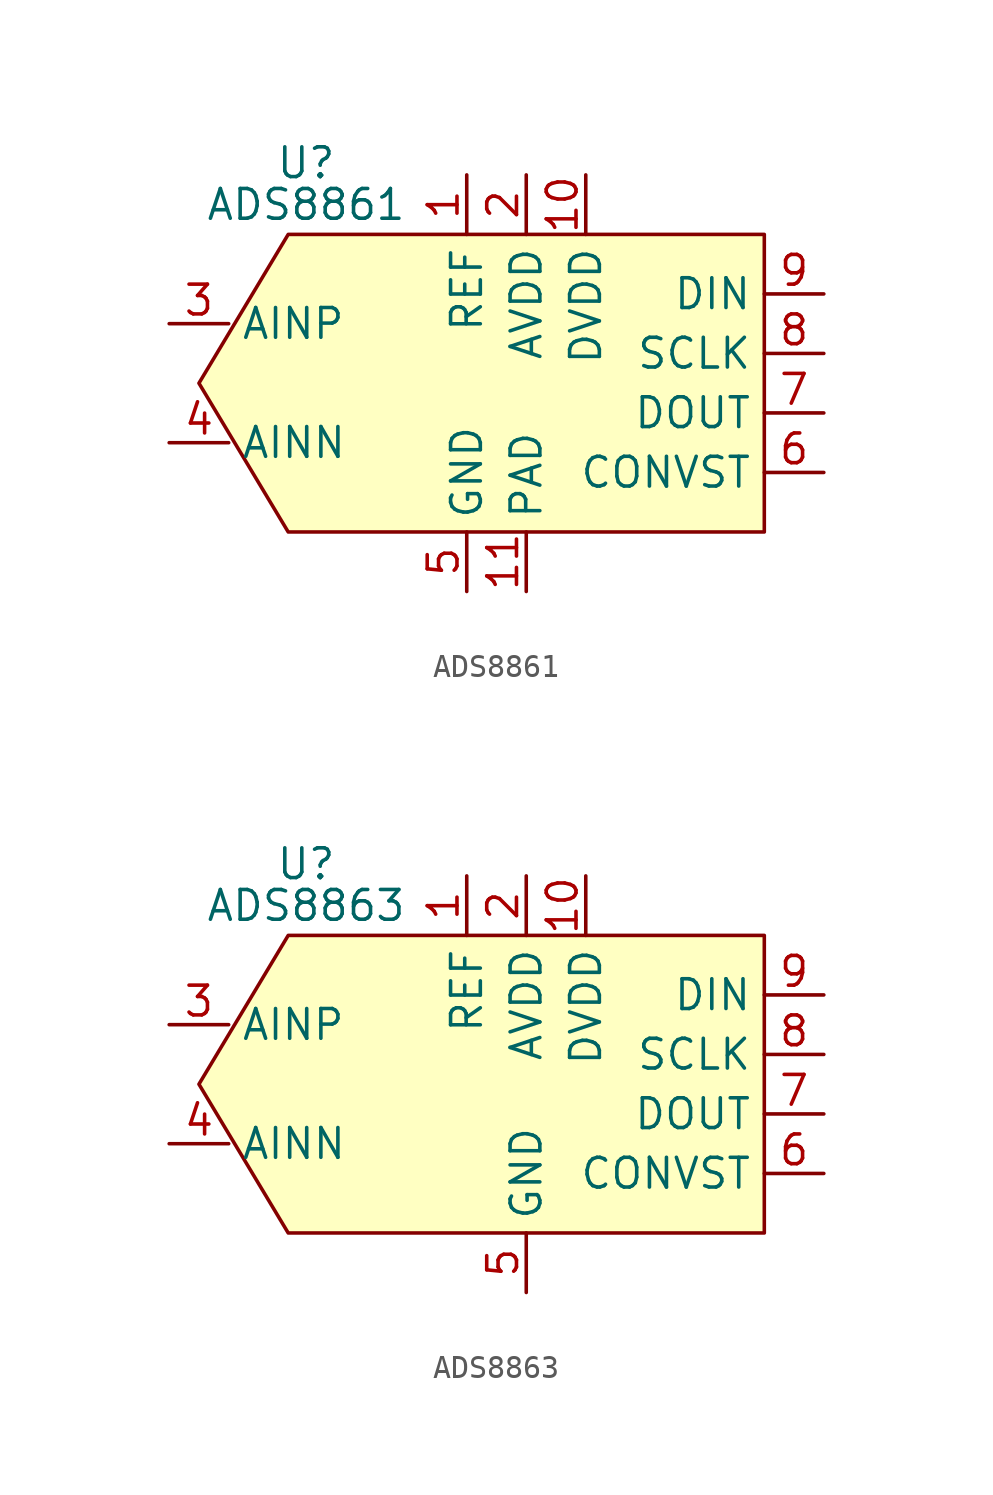
<source format=kicad_sym>
(kicad_symbol_lib
  (version 20231120)
  (generator "kicad_symbol_editor")
  (generator_version "8.0")
  (symbol "ADS8861"
    (property "Reference" "U"
      (at -1.778 9.398 0)
      (effects (font (size 1.27 1.27))))
    (property "Value" "ADS8861"
      (at -1.778 7.62 0)
      (effects (font (size 1.27 1.27))))
    (symbol "ADS8861_0_1"
      (polyline (pts (xy -6.35 0) (xy -2.54 6.35) (xy 17.78 6.35) (xy 17.78 -6.35) (xy -2.54 -6.35) (xy -6.35 0)) (stroke (width 0) (type default)) (fill (type background))))
    (symbol "ADS8861_1_1"
      (pin passive line (at 5.08 8.89 270) (length 2.54) (name "REF" (effects (font (size 1.27 1.27)))) (number "1" (effects (font (size 1.27 1.27)))))
      (pin input line (at 10.16 8.89 270) (length 2.54) (name "DVDD" (effects (font (size 1.27 1.27)))) (number "10" (effects (font (size 1.27 1.27)))))
      (pin power_in line (at 7.62 -8.89 90) (length 2.54) (name "PAD" (effects (font (size 1.27 1.27)))) (number "11" (effects (font (size 1.27 1.27)))))
      (pin power_in line (at 7.62 8.89 270) (length 2.54) (name "AVDD" (effects (font (size 1.27 1.27)))) (number "2" (effects (font (size 1.27 1.27)))))
      (pin input line (at -7.62 2.54 0) (length 2.54) (name "AINP" (effects (font (size 1.27 1.27)))) (number "3" (effects (font (size 1.27 1.27)))))
      (pin input line (at -7.62 -2.54 0) (length 2.54) (name "AINN" (effects (font (size 1.27 1.27)))) (number "4" (effects (font (size 1.27 1.27)))))
      (pin power_in line (at 5.08 -8.89 90) (length 2.54) (name "GND" (effects (font (size 1.27 1.27)))) (number "5" (effects (font (size 1.27 1.27)))))
      (pin input line (at 20.32 -3.81 180) (length 2.54) (name "CONVST" (effects (font (size 1.27 1.27)))) (number "6" (effects (font (size 1.27 1.27)))))
      (pin output line (at 20.32 -1.27 180) (length 2.54) (name "DOUT" (effects (font (size 1.27 1.27)))) (number "7" (effects (font (size 1.27 1.27)))))
      (pin input line (at 20.32 1.27 180) (length 2.54) (name "SCLK" (effects (font (size 1.27 1.27)))) (number "8" (effects (font (size 1.27 1.27)))))
      (pin input line (at 20.32 3.81 180) (length 2.54) (name "DIN" (effects (font (size 1.27 1.27)))) (number "9" (effects (font (size 1.27 1.27)))))))
  (symbol "ADS8863"
    (property "Reference" "U"
      (at -9.398 9.398 0)
      (effects (font (size 1.27 1.27))))
    (property "Value" "ADS8863"
      (at -9.398 7.62 0)
      (effects (font (size 1.27 1.27))))
    (symbol "ADS8863_0_1"
      (polyline (pts (xy -13.97 0) (xy -10.16 6.35) (xy 10.16 6.35) (xy 10.16 -6.35) (xy -10.16 -6.35) (xy -13.97 0)) (stroke (width 0) (type default)) (fill (type background))))
    (symbol "ADS8863_1_1"
      (pin passive line (at -2.54 8.89 270) (length 2.54) (name "REF" (effects (font (size 1.27 1.27)))) (number "1" (effects (font (size 1.27 1.27)))))
      (pin input line (at 2.54 8.89 270) (length 2.54) (name "DVDD" (effects (font (size 1.27 1.27)))) (number "10" (effects (font (size 1.27 1.27)))))
      (pin power_in line (at 0 8.89 270) (length 2.54) (name "AVDD" (effects (font (size 1.27 1.27)))) (number "2" (effects (font (size 1.27 1.27)))))
      (pin input line (at -15.24 2.54 0) (length 2.54) (name "AINP" (effects (font (size 1.27 1.27)))) (number "3" (effects (font (size 1.27 1.27)))))
      (pin input line (at -15.24 -2.54 0) (length 2.54) (name "AINN" (effects (font (size 1.27 1.27)))) (number "4" (effects (font (size 1.27 1.27)))))
      (pin power_in line (at 0 -8.89 90) (length 2.54) (name "GND" (effects (font (size 1.27 1.27)))) (number "5" (effects (font (size 1.27 1.27)))))
      (pin input line (at 12.7 -3.81 180) (length 2.54) (name "CONVST" (effects (font (size 1.27 1.27)))) (number "6" (effects (font (size 1.27 1.27)))))
      (pin output line (at 12.7 -1.27 180) (length 2.54) (name "DOUT" (effects (font (size 1.27 1.27)))) (number "7" (effects (font (size 1.27 1.27)))))
      (pin input line (at 12.7 1.27 180) (length 2.54) (name "SCLK" (effects (font (size 1.27 1.27)))) (number "8" (effects (font (size 1.27 1.27)))))
      (pin input line (at 12.7 3.81 180) (length 2.54) (name "DIN" (effects (font (size 1.27 1.27)))) (number "9" (effects (font (size 1.27 1.27))))))))
</source>
